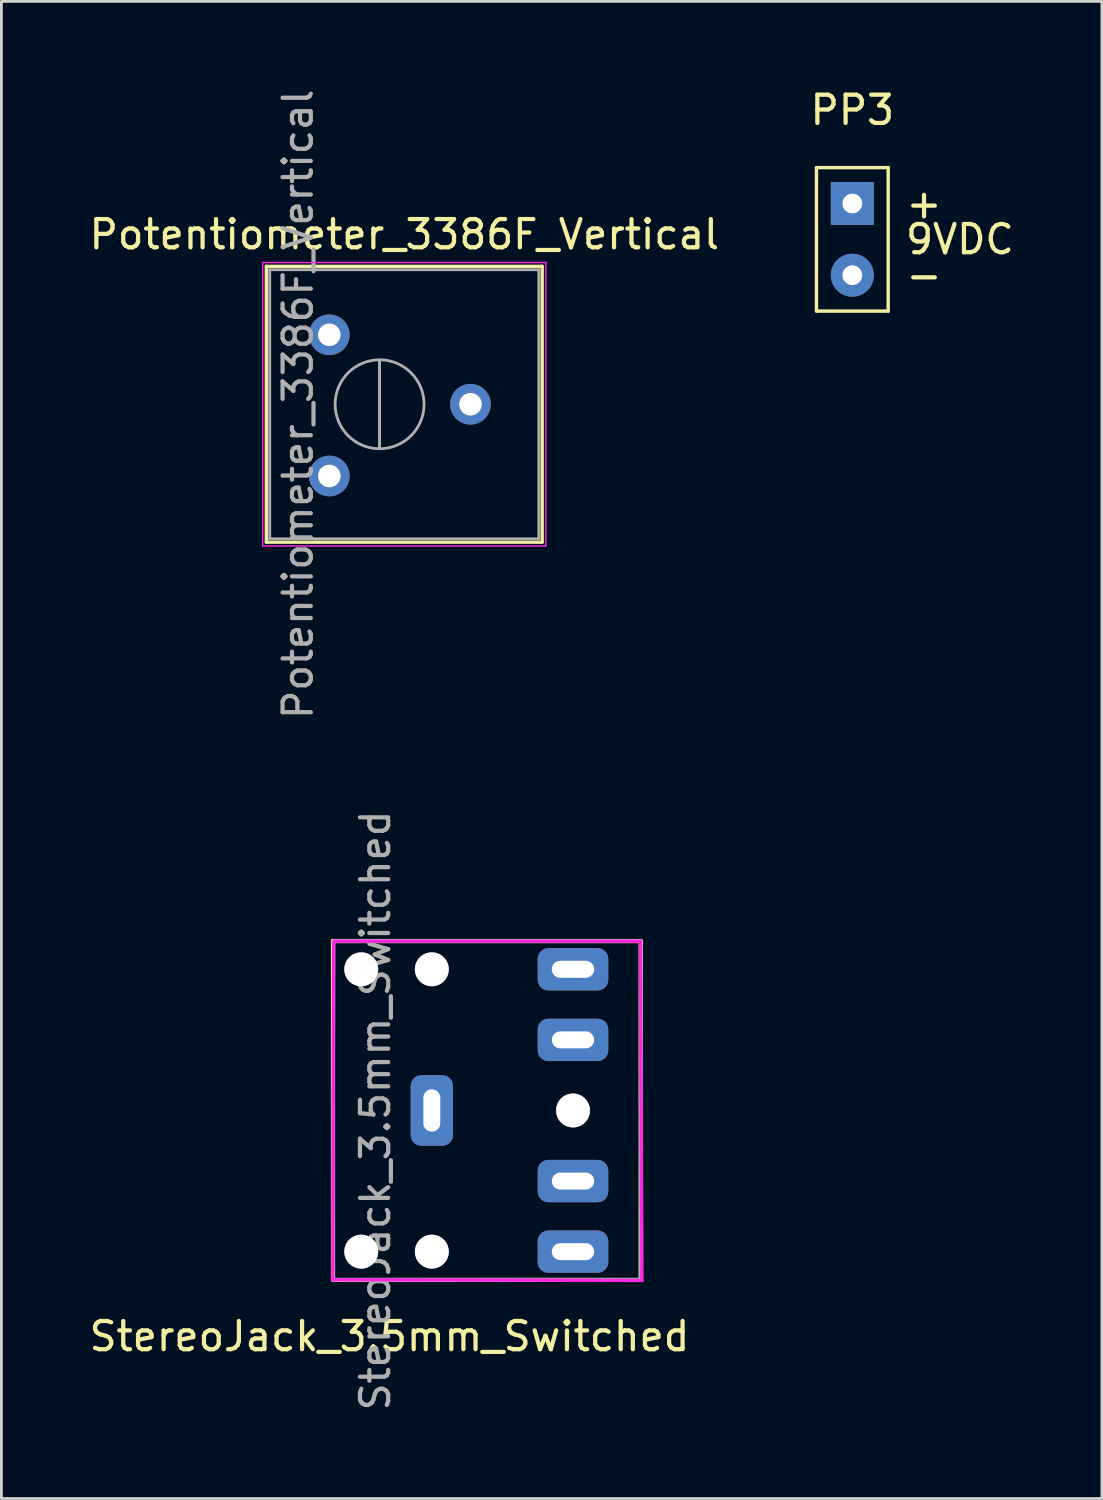
<source format=kicad_pcb>
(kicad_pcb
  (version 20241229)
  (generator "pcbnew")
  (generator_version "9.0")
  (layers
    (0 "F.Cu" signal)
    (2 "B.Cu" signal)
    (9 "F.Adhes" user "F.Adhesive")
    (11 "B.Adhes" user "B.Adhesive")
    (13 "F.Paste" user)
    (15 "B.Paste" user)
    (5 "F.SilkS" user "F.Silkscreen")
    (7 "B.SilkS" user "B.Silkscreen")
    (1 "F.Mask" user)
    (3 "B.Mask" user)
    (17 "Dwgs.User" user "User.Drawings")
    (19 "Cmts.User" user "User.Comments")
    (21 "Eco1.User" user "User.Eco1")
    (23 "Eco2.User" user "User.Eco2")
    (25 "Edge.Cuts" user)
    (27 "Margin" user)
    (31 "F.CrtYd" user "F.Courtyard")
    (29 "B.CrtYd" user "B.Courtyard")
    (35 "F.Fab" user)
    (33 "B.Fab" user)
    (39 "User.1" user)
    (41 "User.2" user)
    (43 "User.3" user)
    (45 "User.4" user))
  (footprint "Potentiometer_3386F_Vertical"
    (layer "F.Cu")
    (at 8.613 13.808)
    (property "Reference" "Potentiometer_3386F_Vertical" (at 2.655 -8.555 0) (layer "F.SilkS") (effects (font (size 1 1) (thickness 0.15))))
    (attr through_hole)
    (fp_line (start -2.23 -7.425) (end -2.23 2.345) (stroke (width 0.12) (type solid)) (layer "F.SilkS"))
    (fp_line (start -2.23 -7.425) (end 7.54 -7.425) (stroke (width 0.12) (type solid)) (layer "F.SilkS"))
    (fp_line (start -2.23 2.345) (end 7.54 2.345) (stroke (width 0.12) (type solid)) (layer "F.SilkS"))
    (fp_line (start 7.54 -7.425) (end 7.54 2.345) (stroke (width 0.12) (type solid)) (layer "F.SilkS"))
    (fp_line (start -2.36 -7.56) (end -2.36 2.48) (stroke (width 0.05) (type solid)) (layer "F.CrtYd"))
    (fp_line (start -2.36 2.48) (end 7.67 2.48) (stroke (width 0.05) (type solid)) (layer "F.CrtYd"))
    (fp_line (start 7.67 -7.56) (end -2.36 -7.56) (stroke (width 0.05) (type solid)) (layer "F.CrtYd"))
    (fp_line (start 7.67 2.48) (end 7.67 -7.56) (stroke (width 0.05) (type solid)) (layer "F.CrtYd"))
    (fp_line (start -2.11 -7.305) (end -2.11 2.225) (stroke (width 0.1) (type solid)) (layer "F.Fab"))
    (fp_line (start -2.11 2.225) (end 7.42 2.225) (stroke (width 0.1) (type solid)) (layer "F.Fab"))
    (fp_line (start 1.781 -0.98) (end 1.781 -4.099) (stroke (width 0.1) (type solid)) (layer "F.Fab"))
    (fp_line (start 1.781 -0.98) (end 1.781 -4.099) (stroke (width 0.1) (type solid)) (layer "F.Fab"))
    (fp_line (start 7.42 -7.305) (end -2.11 -7.305) (stroke (width 0.1) (type solid)) (layer "F.Fab"))
    (fp_line (start 7.42 2.225) (end 7.42 -7.305) (stroke (width 0.1) (type solid)) (layer "F.Fab"))
    (fp_circle (center 1.781 -2.54) (end 3.356 -2.54) (stroke (width 0.1) (type solid)) (fill no) (layer "F.Fab"))
    (fp_text user "${REFERENCE}" (at -1.11 -2.54 90) (layer "F.Fab") (effects (font (size 1 1) (thickness 0.15))))
    (pad "1" thru_hole circle (at 0 0) (size 1.44 1.44) (drill 0.8) (layers "*.Cu" "*.Mask"))
    (pad "2" thru_hole circle (at 5 -2.54) (size 1.44 1.44) (drill 0.8) (layers "*.Cu" "*.Mask"))
    (pad "3" thru_hole circle (at 0 -5) (size 1.44 1.44) (drill 0.8) (layers "*.Cu" "*.Mask")))
  (footprint "PP3"
    (layer "F.Cu")
    (at 27.137 0.348)
    (property "Reference" "PP3" (at 0 0.5 0) (layer "F.SilkS") (effects (font (size 1 1) (thickness 0.15))))
    (attr through_hole)
    (fp_line (start -1.27 2.54) (end 1.27 2.54) (stroke (width 0.12) (type solid)) (layer "F.SilkS"))
    (fp_line (start -1.27 7.62) (end -1.27 2.54) (stroke (width 0.12) (type solid)) (layer "F.SilkS"))
    (fp_line (start 1.27 2.54) (end 1.27 7.62) (stroke (width 0.12) (type solid)) (layer "F.SilkS"))
    (fp_line (start 1.27 7.62) (end -1.27 7.62) (stroke (width 0.12) (type solid)) (layer "F.SilkS"))
    (fp_text user "+" (at 2.54 3.81 0) (layer "F.SilkS") (effects (font (size 1 1) (thickness 0.15))))
    (fp_text user "-" (at 2.54 6.35 0) (layer "F.SilkS") (effects (font (size 1 1) (thickness 0.15))))
    (fp_text user "9VDC" (at 3.81 5.08 0) (layer "F.SilkS") (effects (font (size 1 1) (thickness 0.15))))
    (pad "1" thru_hole rect (at 0 3.81) (size 1.524 1.524) (drill 0.7) (layers "*.Cu" "*.Mask"))
    (pad "2" thru_hole circle (at 0 6.35) (size 1.524 1.524) (drill 0.7) (layers "*.Cu" "*.Mask")))
  (footprint "StereoJack_3.5mm_Switched"
    (layer "F.Cu")
    (at 12.244 36.28)
    (property "Reference" "StereoJack_3.5mm_Switched" (at -1.5 8 0) (layer "F.SilkS") (effects (font (size 1 1) (thickness 0.15))))
    (attr through_hole)
    (fp_line (start -3.5 -6) (end 7.4 -6) (stroke (width 0.15) (type solid)) (layer "F.SilkS"))
    (fp_line (start -3.5 6) (end -3.5 -6) (stroke (width 0.15) (type solid)) (layer "F.SilkS"))
    (fp_line (start -3.5 6) (end 7.4 6) (stroke (width 0.15) (type solid)) (layer "F.SilkS"))
    (fp_line (start 7.4 -6) (end 7.4 6) (stroke (width 0.15) (type solid)) (layer "F.SilkS"))
    (fp_line (start -3.505 5.994) (end -3.48 -5.969) (stroke (width 0.12) (type solid)) (layer "F.CrtYd"))
    (fp_line (start -3.48 -5.994) (end 7.391 -5.994) (stroke (width 0.12) (type solid)) (layer "F.CrtYd"))
    (fp_line (start 7.391 -5.994) (end 7.442 6.02) (stroke (width 0.12) (type solid)) (layer "F.CrtYd"))
    (fp_line (start 7.442 6.02) (end -3.505 5.994) (stroke (width 0.12) (type solid)) (layer "F.CrtYd"))
    (fp_line (start -3.505 5.994) (end -3.48 -5.994) (stroke (width 0.12) (type solid)) (layer "F.Fab"))
    (fp_line (start -3.48 -5.994) (end 7.391 -5.994) (stroke (width 0.12) (type solid)) (layer "F.Fab"))
    (fp_line (start 7.391 -5.994) (end 7.391 5.994) (stroke (width 0.12) (type solid)) (layer "F.Fab"))
    (fp_line (start 7.391 5.994) (end -3.505 5.994) (stroke (width 0.12) (type solid)) (layer "F.Fab"))
    (fp_text user "${REFERENCE}" (at -2 0 90) (layer "F.Fab") (effects (font (size 1 1) (thickness 0.15))))
    (pad "1" thru_hole roundrect (at 0 0 90) (size 2.5 1.5) (drill oval 1.5 0.6) (layers "*.Cu" "*.Mask") (roundrect_rratio 0.25))
    (pad "2" thru_hole roundrect (at 5 -5) (size 2.5 1.5) (drill oval 1.5 0.6) (layers "*.Cu" "*.Mask") (roundrect_rratio 0.25))
    (pad "3" thru_hole roundrect (at 5 -2.5) (size 2.5 1.5) (drill oval 1.5 0.6) (layers "*.Cu" "*.Mask") (roundrect_rratio 0.25))
    (pad "4" thru_hole roundrect (at 5 2.5) (size 2.5 1.5) (drill oval 1.5 0.6) (layers "*.Cu" "*.Mask") (roundrect_rratio 0.25))
    (pad "5" thru_hole roundrect (at 5 5) (size 2.5 1.5) (drill oval 1.5 0.6) (layers "*.Cu" "*.Mask") (roundrect_rratio 0.25))
    (pad "6" thru_hole circle (at -2.5 -5) (size 1.2 1.2) (drill 1.2) (layers "*.Cu" "*.Mask"))
    (pad "6" thru_hole circle (at -2.5 5) (size 1.2 1.2) (drill 1.2) (layers "*.Cu" "*.Mask"))
    (pad "6" thru_hole circle (at 0 -5) (size 1.2 1.2) (drill 1.2) (layers "*.Cu" "*.Mask"))
    (pad "6" thru_hole circle (at 0 5) (size 1.2 1.2) (drill 1.2) (layers "*.Cu" "*.Mask"))
    (pad "6" thru_hole circle (at 5 0) (size 1.2 1.2) (drill 1.2) (layers "*.Cu" "*.Mask")))
  (gr_rect
    (start -3 -3)
    (end 35.977 50.024)
    (stroke (width 0.1) (type default))
    (fill no)
    (layer "Edge.Cuts")))
</source>
